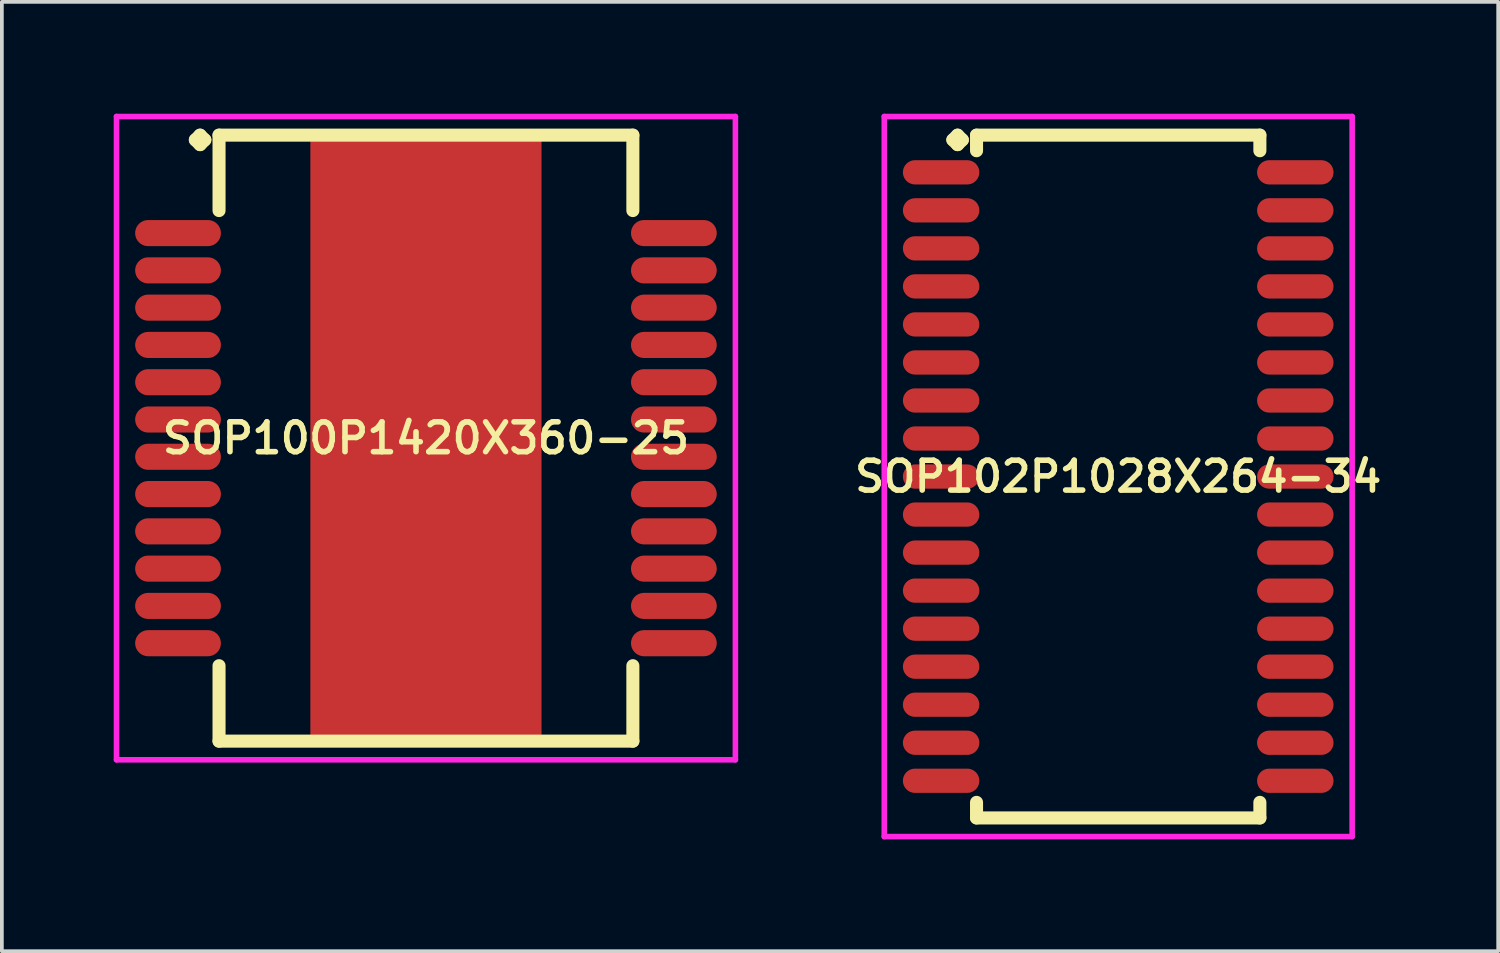
<source format=kicad_pcb>
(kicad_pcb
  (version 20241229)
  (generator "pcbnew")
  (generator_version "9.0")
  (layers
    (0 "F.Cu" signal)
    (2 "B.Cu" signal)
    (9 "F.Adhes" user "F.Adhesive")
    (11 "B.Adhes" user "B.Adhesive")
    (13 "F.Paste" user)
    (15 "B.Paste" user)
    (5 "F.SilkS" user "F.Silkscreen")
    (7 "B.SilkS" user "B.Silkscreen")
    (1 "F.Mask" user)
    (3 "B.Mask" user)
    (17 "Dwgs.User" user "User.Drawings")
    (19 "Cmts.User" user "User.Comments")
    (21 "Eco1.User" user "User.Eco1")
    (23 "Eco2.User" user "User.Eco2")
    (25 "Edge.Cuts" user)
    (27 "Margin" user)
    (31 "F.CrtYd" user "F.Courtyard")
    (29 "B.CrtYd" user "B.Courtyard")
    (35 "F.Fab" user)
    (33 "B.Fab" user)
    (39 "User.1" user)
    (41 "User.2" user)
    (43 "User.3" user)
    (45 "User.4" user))
  (footprint "SOP100P1420X360-25"
    (layer "F.Cu")
    (at 8.375 8.702)
    (property "Reference" "SOP100P1420X360-25" (at 0 0 0) (layer "F.SilkS") (effects (font (size 0.8 0.8) (thickness 0.15))))
    (attr smd)
    (fp_line (start -6.185 -8) (end -6.058 -8.127) (stroke (width 0.35) (type solid)) (layer "F.SilkS"))
    (fp_line (start -6.058 -8.127) (end -5.931 -8) (stroke (width 0.35) (type solid)) (layer "F.SilkS"))
    (fp_line (start -6.058 -7.873) (end -6.185 -8) (stroke (width 0.35) (type solid)) (layer "F.SilkS"))
    (fp_line (start -5.931 -8) (end -6.058 -7.873) (stroke (width 0.35) (type solid)) (layer "F.SilkS"))
    (fp_line (start -5.55 -8.127) (end 5.55 -8.127) (stroke (width 0.35) (type solid)) (layer "F.SilkS"))
    (fp_line (start -5.55 -6.104) (end -5.55 -8.127) (stroke (width 0.35) (type solid)) (layer "F.SilkS"))
    (fp_line (start -5.55 6.104) (end -5.55 8.127) (stroke (width 0.35) (type solid)) (layer "F.SilkS"))
    (fp_line (start -5.55 8.127) (end 5.55 8.127) (stroke (width 0.35) (type solid)) (layer "F.SilkS"))
    (fp_line (start 5.55 -8.127) (end 5.55 -6.104) (stroke (width 0.35) (type solid)) (layer "F.SilkS"))
    (fp_line (start 5.55 8.127) (end 5.55 6.104) (stroke (width 0.35) (type solid)) (layer "F.SilkS"))
    (fp_line (start -8.3 -8.627) (end 8.3 -8.627) (stroke (width 0.15) (type solid)) (layer "F.CrtYd"))
    (fp_line (start -8.3 8.627) (end -8.3 -8.627) (stroke (width 0.15) (type solid)) (layer "F.CrtYd"))
    (fp_line (start 8.3 -8.627) (end 8.3 8.627) (stroke (width 0.15) (type solid)) (layer "F.CrtYd"))
    (fp_line (start 8.3 8.627) (end -8.3 8.627) (stroke (width 0.15) (type solid)) (layer "F.CrtYd"))
    (pad "1" smd oval (at -6.65 -5.5) (size 2.3 0.7) (layers "F.Cu" "F.Mask" "F.Paste"))
    (pad "2" smd oval (at -6.65 -4.5) (size 2.3 0.7) (layers "F.Cu" "F.Mask" "F.Paste"))
    (pad "3" smd oval (at -6.65 -3.5) (size 2.3 0.7) (layers "F.Cu" "F.Mask" "F.Paste"))
    (pad "4" smd oval (at -6.65 -2.5) (size 2.3 0.7) (layers "F.Cu" "F.Mask" "F.Paste"))
    (pad "5" smd oval (at -6.65 -1.5) (size 2.3 0.7) (layers "F.Cu" "F.Mask" "F.Paste"))
    (pad "6" smd oval (at -6.65 -0.5) (size 2.3 0.7) (layers "F.Cu" "F.Mask" "F.Paste"))
    (pad "7" smd oval (at -6.65 0.5) (size 2.3 0.7) (layers "F.Cu" "F.Mask" "F.Paste"))
    (pad "8" smd oval (at -6.65 1.5) (size 2.3 0.7) (layers "F.Cu" "F.Mask" "F.Paste"))
    (pad "9" smd oval (at -6.65 2.5) (size 2.3 0.7) (layers "F.Cu" "F.Mask" "F.Paste"))
    (pad "10" smd oval (at -6.65 3.5) (size 2.3 0.7) (layers "F.Cu" "F.Mask" "F.Paste"))
    (pad "11" smd oval (at -6.65 4.5) (size 2.3 0.7) (layers "F.Cu" "F.Mask" "F.Paste"))
    (pad "12" smd oval (at -6.65 5.5) (size 2.3 0.7) (layers "F.Cu" "F.Mask" "F.Paste"))
    (pad "13" smd oval (at 6.65 5.5) (size 2.3 0.7) (layers "F.Cu" "F.Mask" "F.Paste"))
    (pad "14" smd oval (at 6.65 4.5) (size 2.3 0.7) (layers "F.Cu" "F.Mask" "F.Paste"))
    (pad "15" smd oval (at 6.65 3.5) (size 2.3 0.7) (layers "F.Cu" "F.Mask" "F.Paste"))
    (pad "16" smd oval (at 6.65 2.5) (size 2.3 0.7) (layers "F.Cu" "F.Mask" "F.Paste"))
    (pad "17" smd oval (at 6.65 1.5) (size 2.3 0.7) (layers "F.Cu" "F.Mask" "F.Paste"))
    (pad "18" smd oval (at 6.65 0.5) (size 2.3 0.7) (layers "F.Cu" "F.Mask" "F.Paste"))
    (pad "19" smd oval (at 6.65 -0.5) (size 2.3 0.7) (layers "F.Cu" "F.Mask" "F.Paste"))
    (pad "20" smd oval (at 6.65 -1.5) (size 2.3 0.7) (layers "F.Cu" "F.Mask" "F.Paste"))
    (pad "21" smd oval (at 6.65 -2.5) (size 2.3 0.7) (layers "F.Cu" "F.Mask" "F.Paste"))
    (pad "22" smd oval (at 6.65 -3.5) (size 2.3 0.7) (layers "F.Cu" "F.Mask" "F.Paste"))
    (pad "23" smd oval (at 6.65 -4.5) (size 2.3 0.7) (layers "F.Cu" "F.Mask" "F.Paste"))
    (pad "24" smd oval (at 6.65 -5.5) (size 2.3 0.7) (layers "F.Cu" "F.Mask" "F.Paste"))
    (pad "25" smd rect (at 0 0) (size 6.2 16) (layers "F.Cu" "F.Mask" "F.Paste")))
  (footprint "SOP102P1028X264-34"
    (layer "F.Cu")
    (at 26.943 9.732)
    (property "Reference" "SOP102P1028X264-34" (at 0 0 0) (layer "F.SilkS") (effects (font (size 0.8 0.8) (thickness 0.15))))
    (attr smd)
    (fp_line (start -4.435 -9.03) (end -4.308 -9.157) (stroke (width 0.35) (type solid)) (layer "F.SilkS"))
    (fp_line (start -4.308 -9.157) (end -4.181 -9.03) (stroke (width 0.35) (type solid)) (layer "F.SilkS"))
    (fp_line (start -4.308 -8.903) (end -4.435 -9.03) (stroke (width 0.35) (type solid)) (layer "F.SilkS"))
    (fp_line (start -4.181 -9.03) (end -4.308 -8.903) (stroke (width 0.35) (type solid)) (layer "F.SilkS"))
    (fp_line (start -3.8 -9.157) (end 3.8 -9.157) (stroke (width 0.35) (type solid)) (layer "F.SilkS"))
    (fp_line (start -3.8 -8.739) (end -3.8 -9.157) (stroke (width 0.35) (type solid)) (layer "F.SilkS"))
    (fp_line (start -3.8 8.739) (end -3.8 9.157) (stroke (width 0.35) (type solid)) (layer "F.SilkS"))
    (fp_line (start -3.8 9.157) (end 3.8 9.157) (stroke (width 0.35) (type solid)) (layer "F.SilkS"))
    (fp_line (start 3.8 -9.157) (end 3.8 -8.739) (stroke (width 0.35) (type solid)) (layer "F.SilkS"))
    (fp_line (start 3.8 9.157) (end 3.8 8.739) (stroke (width 0.35) (type solid)) (layer "F.SilkS"))
    (fp_line (start -6.275 -9.657) (end 6.275 -9.657) (stroke (width 0.15) (type solid)) (layer "F.CrtYd"))
    (fp_line (start -6.275 9.657) (end -6.275 -9.657) (stroke (width 0.15) (type solid)) (layer "F.CrtYd"))
    (fp_line (start 6.275 -9.657) (end 6.275 9.657) (stroke (width 0.15) (type solid)) (layer "F.CrtYd"))
    (fp_line (start 6.275 9.657) (end -6.275 9.657) (stroke (width 0.15) (type solid)) (layer "F.CrtYd"))
    (pad "1" smd oval (at -4.75 -8.16) (size 2.05 0.65) (layers "F.Cu" "F.Mask" "F.Paste"))
    (pad "2" smd oval (at -4.75 -7.14) (size 2.05 0.65) (layers "F.Cu" "F.Mask" "F.Paste"))
    (pad "3" smd oval (at -4.75 -6.12) (size 2.05 0.65) (layers "F.Cu" "F.Mask" "F.Paste"))
    (pad "4" smd oval (at -4.75 -5.1) (size 2.05 0.65) (layers "F.Cu" "F.Mask" "F.Paste"))
    (pad "5" smd oval (at -4.75 -4.08) (size 2.05 0.65) (layers "F.Cu" "F.Mask" "F.Paste"))
    (pad "6" smd oval (at -4.75 -3.06) (size 2.05 0.65) (layers "F.Cu" "F.Mask" "F.Paste"))
    (pad "7" smd oval (at -4.75 -2.04) (size 2.05 0.65) (layers "F.Cu" "F.Mask" "F.Paste"))
    (pad "8" smd oval (at -4.75 -1.02) (size 2.05 0.65) (layers "F.Cu" "F.Mask" "F.Paste"))
    (pad "9" smd oval (at -4.75 0) (size 2.05 0.65) (layers "F.Cu" "F.Mask" "F.Paste"))
    (pad "10" smd oval (at -4.75 1.02) (size 2.05 0.65) (layers "F.Cu" "F.Mask" "F.Paste"))
    (pad "11" smd oval (at -4.75 2.04) (size 2.05 0.65) (layers "F.Cu" "F.Mask" "F.Paste"))
    (pad "12" smd oval (at -4.75 3.06) (size 2.05 0.65) (layers "F.Cu" "F.Mask" "F.Paste"))
    (pad "13" smd oval (at -4.75 4.08) (size 2.05 0.65) (layers "F.Cu" "F.Mask" "F.Paste"))
    (pad "14" smd oval (at -4.75 5.1) (size 2.05 0.65) (layers "F.Cu" "F.Mask" "F.Paste"))
    (pad "15" smd oval (at -4.75 6.12) (size 2.05 0.65) (layers "F.Cu" "F.Mask" "F.Paste"))
    (pad "16" smd oval (at -4.75 7.14) (size 2.05 0.65) (layers "F.Cu" "F.Mask" "F.Paste"))
    (pad "17" smd oval (at -4.75 8.16) (size 2.05 0.65) (layers "F.Cu" "F.Mask" "F.Paste"))
    (pad "18" smd oval (at 4.75 8.16) (size 2.05 0.65) (layers "F.Cu" "F.Mask" "F.Paste"))
    (pad "19" smd oval (at 4.75 7.14) (size 2.05 0.65) (layers "F.Cu" "F.Mask" "F.Paste"))
    (pad "20" smd oval (at 4.75 6.12) (size 2.05 0.65) (layers "F.Cu" "F.Mask" "F.Paste"))
    (pad "21" smd oval (at 4.75 5.1) (size 2.05 0.65) (layers "F.Cu" "F.Mask" "F.Paste"))
    (pad "22" smd oval (at 4.75 4.08) (size 2.05 0.65) (layers "F.Cu" "F.Mask" "F.Paste"))
    (pad "23" smd oval (at 4.75 3.06) (size 2.05 0.65) (layers "F.Cu" "F.Mask" "F.Paste"))
    (pad "24" smd oval (at 4.75 2.04) (size 2.05 0.65) (layers "F.Cu" "F.Mask" "F.Paste"))
    (pad "25" smd oval (at 4.75 1.02) (size 2.05 0.65) (layers "F.Cu" "F.Mask" "F.Paste"))
    (pad "26" smd oval (at 4.75 0) (size 2.05 0.65) (layers "F.Cu" "F.Mask" "F.Paste"))
    (pad "27" smd oval (at 4.75 -1.02) (size 2.05 0.65) (layers "F.Cu" "F.Mask" "F.Paste"))
    (pad "28" smd oval (at 4.75 -2.04) (size 2.05 0.65) (layers "F.Cu" "F.Mask" "F.Paste"))
    (pad "29" smd oval (at 4.75 -3.06) (size 2.05 0.65) (layers "F.Cu" "F.Mask" "F.Paste"))
    (pad "30" smd oval (at 4.75 -4.08) (size 2.05 0.65) (layers "F.Cu" "F.Mask" "F.Paste"))
    (pad "31" smd oval (at 4.75 -5.1) (size 2.05 0.65) (layers "F.Cu" "F.Mask" "F.Paste"))
    (pad "32" smd oval (at 4.75 -6.12) (size 2.05 0.65) (layers "F.Cu" "F.Mask" "F.Paste"))
    (pad "33" smd oval (at 4.75 -7.14) (size 2.05 0.65) (layers "F.Cu" "F.Mask" "F.Paste"))
    (pad "34" smd oval (at 4.75 -8.16) (size 2.05 0.65) (layers "F.Cu" "F.Mask" "F.Paste")))
  (gr_rect
    (start -3 -3)
    (end 37.135 22.464)
    (stroke (width 0.1) (type default))
    (fill no)
    (layer "Edge.Cuts")))
</source>
